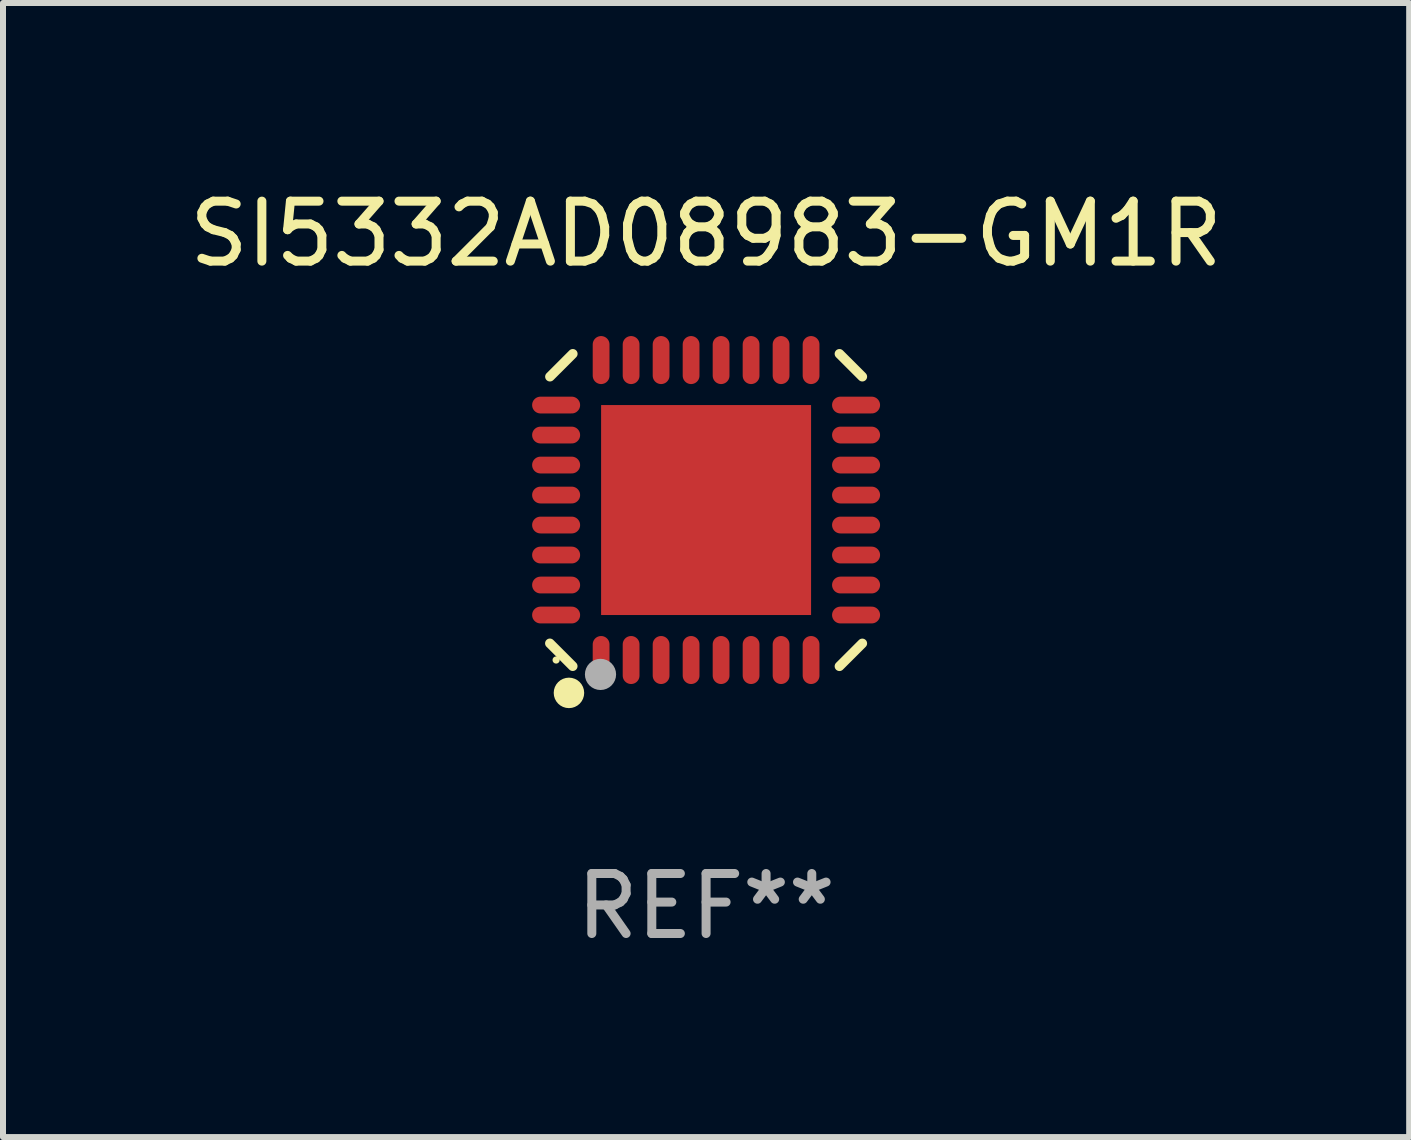
<source format=kicad_pcb>
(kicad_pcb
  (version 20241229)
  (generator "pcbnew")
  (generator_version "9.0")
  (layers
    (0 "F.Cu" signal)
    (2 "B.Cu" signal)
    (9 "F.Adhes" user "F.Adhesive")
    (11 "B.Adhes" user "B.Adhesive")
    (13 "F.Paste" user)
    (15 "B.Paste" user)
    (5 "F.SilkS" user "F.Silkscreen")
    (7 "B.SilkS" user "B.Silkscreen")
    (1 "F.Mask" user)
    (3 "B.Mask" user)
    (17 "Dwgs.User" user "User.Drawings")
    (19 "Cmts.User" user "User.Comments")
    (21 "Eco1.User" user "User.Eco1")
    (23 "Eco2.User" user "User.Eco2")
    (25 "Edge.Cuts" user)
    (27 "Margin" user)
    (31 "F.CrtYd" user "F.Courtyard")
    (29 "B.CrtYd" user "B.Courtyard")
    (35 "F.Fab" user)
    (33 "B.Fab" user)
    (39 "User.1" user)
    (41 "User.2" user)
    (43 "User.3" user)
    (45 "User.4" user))
  (footprint "SI5332AD08983-GM1R"
    (layer "F.Cu")
    (at 8.72 5.452)
    (property "Reference" "SI5332AD08983-GM1R" (at 0 -4.604 0) (layer "F.SilkS") (effects (font (size 1 1) (thickness 0.15))))
    (attr through_hole)
    (fp_line (start -2.223 2.603) (end -2.604 2.222) (stroke (width 0.16) (type solid)) (layer "F.SilkS"))
    (fp_line (start -2.222 -2.604) (end -2.603 -2.223) (stroke (width 0.16) (type solid)) (layer "F.SilkS"))
    (fp_line (start 2.223 -2.604) (end 2.604 -2.223) (stroke (width 0.16) (type solid)) (layer "F.SilkS"))
    (fp_line (start 2.604 2.223) (end 2.223 2.604) (stroke (width 0.16) (type solid)) (layer "F.SilkS"))
    (fp_circle (center -2.5 2.5) (end -2.47 2.5) (stroke (width 0.06) (type solid)) (fill no) (layer "F.SilkS"))
    (fp_circle (center -2.286 3.048) (end -2.159 3.048) (stroke (width 0.254) (type solid)) (fill no) (layer "F.SilkS"))
    (fp_circle (center -1.76 2.74) (end -1.63 2.74) (stroke (width 0.26) (type solid)) (fill no) (layer "F.Fab"))
    (fp_text user "REF**" (at 0 6.604 0) (layer "F.Fab") (effects (font (size 1 1) (thickness 0.15))))
    (pad "1" smd oval (at -1.75 2.5) (size 0.28 0.8) (layers "F.Cu" "F.Mask" "F.Paste"))
    (pad "2" smd oval (at -1.25 2.5) (size 0.28 0.8) (layers "F.Cu" "F.Mask" "F.Paste"))
    (pad "3" smd oval (at -0.75 2.5) (size 0.28 0.8) (layers "F.Cu" "F.Mask" "F.Paste"))
    (pad "4" smd oval (at -0.25 2.5) (size 0.28 0.8) (layers "F.Cu" "F.Mask" "F.Paste"))
    (pad "5" smd oval (at 0.25 2.5) (size 0.28 0.8) (layers "F.Cu" "F.Mask" "F.Paste"))
    (pad "6" smd oval (at 0.75 2.5) (size 0.28 0.8) (layers "F.Cu" "F.Mask" "F.Paste"))
    (pad "7" smd oval (at 1.25 2.5) (size 0.28 0.8) (layers "F.Cu" "F.Mask" "F.Paste"))
    (pad "8" smd oval (at 1.75 2.5) (size 0.28 0.8) (layers "F.Cu" "F.Mask" "F.Paste"))
    (pad "9" smd oval (at 2.5 1.75) (size 0.8 0.28) (layers "F.Cu" "F.Mask" "F.Paste"))
    (pad "10" smd oval (at 2.5 1.25) (size 0.8 0.28) (layers "F.Cu" "F.Mask" "F.Paste"))
    (pad "11" smd oval (at 2.5 0.75) (size 0.8 0.28) (layers "F.Cu" "F.Mask" "F.Paste"))
    (pad "12" smd oval (at 2.5 0.25) (size 0.8 0.28) (layers "F.Cu" "F.Mask" "F.Paste"))
    (pad "13" smd oval (at 2.5 -0.25) (size 0.8 0.28) (layers "F.Cu" "F.Mask" "F.Paste"))
    (pad "14" smd oval (at 2.5 -0.75) (size 0.8 0.28) (layers "F.Cu" "F.Mask" "F.Paste"))
    (pad "15" smd oval (at 2.5 -1.25) (size 0.8 0.28) (layers "F.Cu" "F.Mask" "F.Paste"))
    (pad "16" smd oval (at 2.5 -1.75) (size 0.8 0.28) (layers "F.Cu" "F.Mask" "F.Paste"))
    (pad "17" smd oval (at 1.75 -2.5) (size 0.28 0.8) (layers "F.Cu" "F.Mask" "F.Paste"))
    (pad "18" smd oval (at 1.25 -2.5) (size 0.28 0.8) (layers "F.Cu" "F.Mask" "F.Paste"))
    (pad "19" smd oval (at 0.75 -2.5) (size 0.28 0.8) (layers "F.Cu" "F.Mask" "F.Paste"))
    (pad "20" smd oval (at 0.25 -2.5) (size 0.28 0.8) (layers "F.Cu" "F.Mask" "F.Paste"))
    (pad "21" smd oval (at -0.25 -2.5) (size 0.28 0.8) (layers "F.Cu" "F.Mask" "F.Paste"))
    (pad "22" smd oval (at -0.75 -2.5) (size 0.28 0.8) (layers "F.Cu" "F.Mask" "F.Paste"))
    (pad "23" smd oval (at -1.25 -2.5) (size 0.28 0.8) (layers "F.Cu" "F.Mask" "F.Paste"))
    (pad "24" smd oval (at -1.75 -2.5) (size 0.28 0.8) (layers "F.Cu" "F.Mask" "F.Paste"))
    (pad "25" smd oval (at -2.5 -1.75) (size 0.8 0.28) (layers "F.Cu" "F.Mask" "F.Paste"))
    (pad "26" smd oval (at -2.5 -1.25) (size 0.8 0.28) (layers "F.Cu" "F.Mask" "F.Paste"))
    (pad "27" smd oval (at -2.5 -0.75) (size 0.8 0.28) (layers "F.Cu" "F.Mask" "F.Paste"))
    (pad "28" smd oval (at -2.5 -0.25) (size 0.8 0.28) (layers "F.Cu" "F.Mask" "F.Paste"))
    (pad "29" smd oval (at -2.5 0.25) (size 0.8 0.28) (layers "F.Cu" "F.Mask" "F.Paste"))
    (pad "30" smd oval (at -2.5 0.75) (size 0.8 0.28) (layers "F.Cu" "F.Mask" "F.Paste"))
    (pad "31" smd oval (at -2.5 1.25) (size 0.8 0.28) (layers "F.Cu" "F.Mask" "F.Paste"))
    (pad "32" smd oval (at -2.5 1.75) (size 0.8 0.28) (layers "F.Cu" "F.Mask" "F.Paste"))
    (pad "33" smd rect (at 0.000038 -0.000025) (size 3.5 3.5) (layers "F.Cu" "F.Mask" "F.Paste")))
  (gr_rect
    (start -3 -3)
    (end 20.44 15.904)
    (stroke (width 0.1) (type default))
    (fill no)
    (layer "Edge.Cuts")))
</source>
